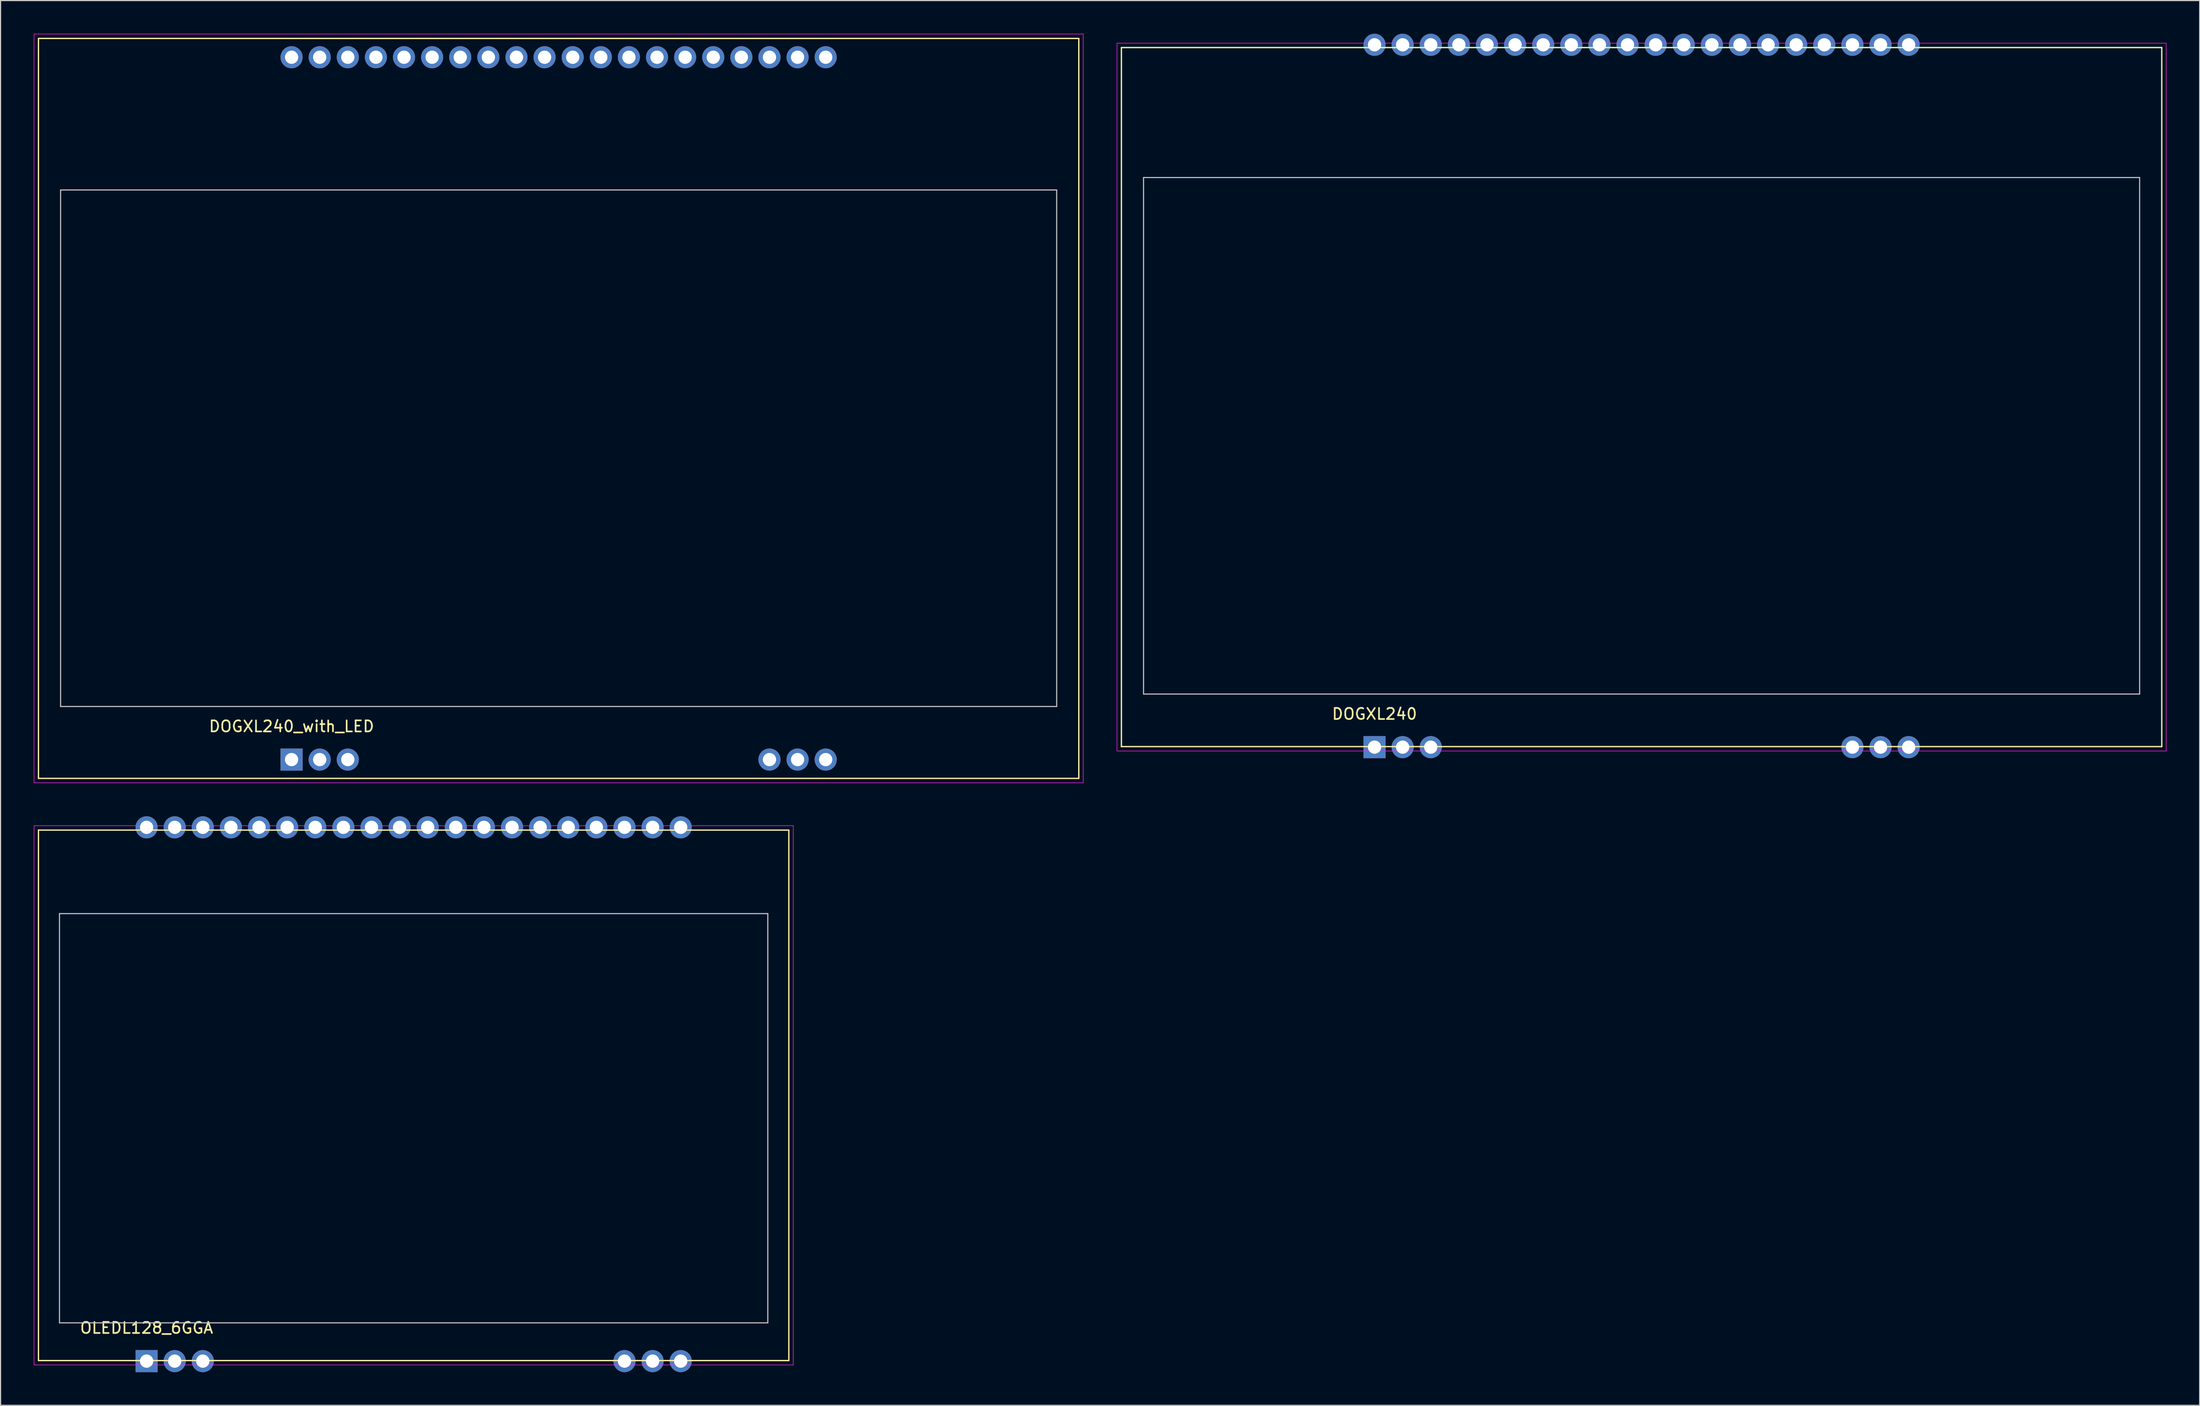
<source format=kicad_pcb>
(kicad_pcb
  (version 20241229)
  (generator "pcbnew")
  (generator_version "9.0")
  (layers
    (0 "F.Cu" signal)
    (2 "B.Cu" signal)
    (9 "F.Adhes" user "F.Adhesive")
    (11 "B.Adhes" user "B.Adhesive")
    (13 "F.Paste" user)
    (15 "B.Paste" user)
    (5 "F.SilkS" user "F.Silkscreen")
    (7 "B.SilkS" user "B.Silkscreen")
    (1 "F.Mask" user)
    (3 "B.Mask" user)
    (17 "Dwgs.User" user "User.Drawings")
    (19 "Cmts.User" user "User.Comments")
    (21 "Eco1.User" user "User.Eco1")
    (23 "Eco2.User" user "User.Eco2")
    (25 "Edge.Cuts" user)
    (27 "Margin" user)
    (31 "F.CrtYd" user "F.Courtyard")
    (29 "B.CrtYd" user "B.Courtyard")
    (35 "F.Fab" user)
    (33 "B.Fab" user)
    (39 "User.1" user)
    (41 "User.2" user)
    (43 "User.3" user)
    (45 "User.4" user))
  (footprint "DOGXL240_with_LED"
    (layer "F.Cu")
    (at 23.295 65.625)
    (property "Reference" "DOGXL240_with_LED" (at 0 -3 0) (layer "F.SilkS") (effects (font (size 1 1) (thickness 0.15))))
    (attr through_hole)
    (fp_line (start -22.87 -65.2) (end -22.87 1.7) (stroke (width 0.12) (type solid)) (layer "F.SilkS"))
    (fp_line (start -22.87 1.7) (end 71.13 1.7) (stroke (width 0.12) (type solid)) (layer "F.SilkS"))
    (fp_line (start 71.13 -65.2) (end -22.87 -65.2) (stroke (width 0.12) (type solid)) (layer "F.SilkS"))
    (fp_line (start 71.13 1.7) (end 71.13 -65.2) (stroke (width 0.12) (type solid)) (layer "F.SilkS"))
    (fp_line (start -20.87 -51.5) (end -20.87 -4.8) (stroke (width 0.1) (type solid)) (layer "Dwgs.User"))
    (fp_line (start -20.87 -4.8) (end 69.13 -4.8) (stroke (width 0.1) (type solid)) (layer "Dwgs.User"))
    (fp_line (start 69.13 -51.5) (end -20.87 -51.5) (stroke (width 0.1) (type solid)) (layer "Dwgs.User"))
    (fp_line (start 69.13 -4.8) (end 69.13 -51.5) (stroke (width 0.1) (type solid)) (layer "Dwgs.User"))
    (fp_line (start -23.27 -65.6) (end -23.27 2.1) (stroke (width 0.05) (type solid)) (layer "F.CrtYd"))
    (fp_line (start -23.27 2.1) (end 71.53 2.1) (stroke (width 0.05) (type solid)) (layer "F.CrtYd"))
    (fp_line (start 71.53 -65.6) (end -23.27 -65.6) (stroke (width 0.05) (type solid)) (layer "F.CrtYd"))
    (fp_line (start 71.53 2.1) (end 71.53 -65.6) (stroke (width 0.05) (type solid)) (layer "F.CrtYd"))
    (pad "1" thru_hole rect (at 0 0) (size 2 2) (drill 1.2) (layers "*.Cu" "*.Mask"))
    (pad "2" thru_hole circle (at 2.54 0) (size 2 2) (drill 1.2) (layers "*.Cu" "*.Mask"))
    (pad "3" thru_hole circle (at 5.08 0) (size 2 2) (drill 1.2) (layers "*.Cu" "*.Mask"))
    (pad "18" thru_hole circle (at 43.18 0) (size 2 2) (drill 1.2) (layers "*.Cu" "*.Mask"))
    (pad "19" thru_hole circle (at 45.72 0) (size 2 2) (drill 1.2) (layers "*.Cu" "*.Mask"))
    (pad "20" thru_hole circle (at 48.26 0) (size 2 2) (drill 1.2) (layers "*.Cu" "*.Mask"))
    (pad "21" thru_hole circle (at 48.26 -63.5) (size 2 2) (drill 1.2) (layers "*.Cu" "*.Mask"))
    (pad "22" thru_hole circle (at 45.72 -63.5) (size 2 2) (drill 1.2) (layers "*.Cu" "*.Mask"))
    (pad "23" thru_hole circle (at 43.18 -63.5) (size 2 2) (drill 1.2) (layers "*.Cu" "*.Mask"))
    (pad "24" thru_hole circle (at 40.64 -63.5) (size 2 2) (drill 1.2) (layers "*.Cu" "*.Mask"))
    (pad "25" thru_hole circle (at 38.1 -63.5) (size 2 2) (drill 1.2) (layers "*.Cu" "*.Mask"))
    (pad "26" thru_hole circle (at 35.56 -63.5) (size 2 2) (drill 1.2) (layers "*.Cu" "*.Mask"))
    (pad "27" thru_hole circle (at 33.02 -63.5) (size 2 2) (drill 1.2) (layers "*.Cu" "*.Mask"))
    (pad "28" thru_hole circle (at 30.48 -63.5) (size 2 2) (drill 1.2) (layers "*.Cu" "*.Mask"))
    (pad "29" thru_hole circle (at 27.94 -63.5) (size 2 2) (drill 1.2) (layers "*.Cu" "*.Mask"))
    (pad "30" thru_hole circle (at 25.4 -63.5) (size 2 2) (drill 1.2) (layers "*.Cu" "*.Mask"))
    (pad "31" thru_hole circle (at 22.86 -63.5) (size 2 2) (drill 1.2) (layers "*.Cu" "*.Mask"))
    (pad "32" thru_hole circle (at 20.32 -63.5) (size 2 2) (drill 1.2) (layers "*.Cu" "*.Mask"))
    (pad "33" thru_hole circle (at 17.78 -63.5) (size 2 2) (drill 1.2) (layers "*.Cu" "*.Mask"))
    (pad "34" thru_hole circle (at 15.24 -63.5) (size 2 2) (drill 1.2) (layers "*.Cu" "*.Mask"))
    (pad "35" thru_hole circle (at 12.7 -63.5) (size 2 2) (drill 1.2) (layers "*.Cu" "*.Mask"))
    (pad "36" thru_hole circle (at 10.16 -63.5) (size 2 2) (drill 1.2) (layers "*.Cu" "*.Mask"))
    (pad "37" thru_hole circle (at 7.62 -63.5) (size 2 2) (drill 1.2) (layers "*.Cu" "*.Mask"))
    (pad "38" thru_hole circle (at 5.08 -63.5) (size 2 2) (drill 1.2) (layers "*.Cu" "*.Mask"))
    (pad "39" thru_hole circle (at 2.54 -63.5) (size 2 2) (drill 1.2) (layers "*.Cu" "*.Mask"))
    (pad "40" thru_hole circle (at 0 -63.5) (size 2 2) (drill 1.2) (layers "*.Cu" "*.Mask")))
  (footprint "OLEDL128_6GGA"
    (layer "F.Cu")
    (at 10.195 120.01)
    (property "Reference" "OLEDL128_6GGA" (at 0 -3 0) (layer "F.SilkS") (effects (font (size 1 1) (thickness 0.15))))
    (attr through_hole)
    (fp_line (start -9.77 -48.01) (end -9.77 -0.05) (stroke (width 0.12) (type solid)) (layer "F.SilkS"))
    (fp_line (start -9.77 -0.05) (end 58.03 -0.05) (stroke (width 0.12) (type solid)) (layer "F.SilkS"))
    (fp_line (start 58.03 -48.01) (end -9.77 -48.01) (stroke (width 0.12) (type solid)) (layer "F.SilkS"))
    (fp_line (start 58.03 -0.05) (end 58.03 -48.01) (stroke (width 0.12) (type solid)) (layer "F.SilkS"))
    (fp_line (start -7.87 -40.46) (end -7.87 -3.46) (stroke (width 0.1) (type solid)) (layer "Dwgs.User"))
    (fp_line (start -7.87 -3.46) (end 56.13 -3.46) (stroke (width 0.1) (type solid)) (layer "Dwgs.User"))
    (fp_line (start 56.13 -40.46) (end -7.87 -40.46) (stroke (width 0.1) (type solid)) (layer "Dwgs.User"))
    (fp_line (start 56.13 -3.46) (end 56.13 -40.46) (stroke (width 0.1) (type solid)) (layer "Dwgs.User"))
    (fp_line (start -10.17 -48.41) (end -10.17 0.35) (stroke (width 0.05) (type solid)) (layer "F.CrtYd"))
    (fp_line (start -10.17 0.35) (end 58.43 0.35) (stroke (width 0.05) (type solid)) (layer "F.CrtYd"))
    (fp_line (start 58.43 -48.41) (end -10.17 -48.41) (stroke (width 0.05) (type solid)) (layer "F.CrtYd"))
    (fp_line (start 58.43 0.35) (end 58.43 -48.41) (stroke (width 0.05) (type solid)) (layer "F.CrtYd"))
    (pad "1" thru_hole rect (at 0 0) (size 2 2) (drill 1.2) (layers "*.Cu" "*.Mask"))
    (pad "2" thru_hole circle (at 2.54 0) (size 2 2) (drill 1.2) (layers "*.Cu" "*.Mask"))
    (pad "3" thru_hole circle (at 5.08 0) (size 2 2) (drill 1.2) (layers "*.Cu" "*.Mask"))
    (pad "18" thru_hole circle (at 43.18 0) (size 2 2) (drill 1.2) (layers "*.Cu" "*.Mask"))
    (pad "19" thru_hole circle (at 45.72 0) (size 2 2) (drill 1.2) (layers "*.Cu" "*.Mask"))
    (pad "20" thru_hole circle (at 48.26 0) (size 2 2) (drill 1.2) (layers "*.Cu" "*.Mask"))
    (pad "21" thru_hole circle (at 48.26 -48.26) (size 2 2) (drill 1.2) (layers "*.Cu" "*.Mask"))
    (pad "22" thru_hole circle (at 45.72 -48.26) (size 2 2) (drill 1.2) (layers "*.Cu" "*.Mask"))
    (pad "23" thru_hole circle (at 43.18 -48.26) (size 2 2) (drill 1.2) (layers "*.Cu" "*.Mask"))
    (pad "24" thru_hole circle (at 40.64 -48.26) (size 2 2) (drill 1.2) (layers "*.Cu" "*.Mask"))
    (pad "25" thru_hole circle (at 38.1 -48.26) (size 2 2) (drill 1.2) (layers "*.Cu" "*.Mask"))
    (pad "26" thru_hole circle (at 35.56 -48.26) (size 2 2) (drill 1.2) (layers "*.Cu" "*.Mask"))
    (pad "27" thru_hole circle (at 33.02 -48.26) (size 2 2) (drill 1.2) (layers "*.Cu" "*.Mask"))
    (pad "28" thru_hole circle (at 30.48 -48.26) (size 2 2) (drill 1.2) (layers "*.Cu" "*.Mask"))
    (pad "29" thru_hole circle (at 27.94 -48.26) (size 2 2) (drill 1.2) (layers "*.Cu" "*.Mask"))
    (pad "30" thru_hole circle (at 25.4 -48.26) (size 2 2) (drill 1.2) (layers "*.Cu" "*.Mask"))
    (pad "31" thru_hole circle (at 22.86 -48.26) (size 2 2) (drill 1.2) (layers "*.Cu" "*.Mask"))
    (pad "32" thru_hole circle (at 20.32 -48.26) (size 2 2) (drill 1.2) (layers "*.Cu" "*.Mask"))
    (pad "33" thru_hole circle (at 17.78 -48.26) (size 2 2) (drill 1.2) (layers "*.Cu" "*.Mask"))
    (pad "34" thru_hole circle (at 15.24 -48.26) (size 2 2) (drill 1.2) (layers "*.Cu" "*.Mask"))
    (pad "35" thru_hole circle (at 12.7 -48.26) (size 2 2) (drill 1.2) (layers "*.Cu" "*.Mask"))
    (pad "36" thru_hole circle (at 10.16 -48.26) (size 2 2) (drill 1.2) (layers "*.Cu" "*.Mask"))
    (pad "37" thru_hole circle (at 7.62 -48.26) (size 2 2) (drill 1.2) (layers "*.Cu" "*.Mask"))
    (pad "38" thru_hole circle (at 5.08 -48.26) (size 2 2) (drill 1.2) (layers "*.Cu" "*.Mask"))
    (pad "39" thru_hole circle (at 2.54 -48.26) (size 2 2) (drill 1.2) (layers "*.Cu" "*.Mask"))
    (pad "40" thru_hole circle (at 0 -48.26) (size 2 2) (drill 1.2) (layers "*.Cu" "*.Mask")))
  (footprint "DOGXL240"
    (layer "F.Cu")
    (at 121.145 64.5)
    (property "Reference" "DOGXL240" (at 0 -3 0) (layer "F.SilkS") (effects (font (size 1 1) (thickness 0.15))))
    (attr through_hole)
    (fp_line (start -22.87 -63.25) (end -22.87 -0.05) (stroke (width 0.12) (type solid)) (layer "F.SilkS"))
    (fp_line (start -22.87 -0.05) (end 71.13 -0.05) (stroke (width 0.12) (type solid)) (layer "F.SilkS"))
    (fp_line (start 71.13 -63.25) (end -22.87 -63.25) (stroke (width 0.12) (type solid)) (layer "F.SilkS"))
    (fp_line (start 71.13 -0.05) (end 71.13 -63.25) (stroke (width 0.12) (type solid)) (layer "F.SilkS"))
    (fp_line (start -20.87 -51.5) (end -20.87 -4.8) (stroke (width 0.1) (type solid)) (layer "Dwgs.User"))
    (fp_line (start -20.87 -4.8) (end 69.13 -4.8) (stroke (width 0.1) (type solid)) (layer "Dwgs.User"))
    (fp_line (start 69.13 -51.5) (end -20.87 -51.5) (stroke (width 0.1) (type solid)) (layer "Dwgs.User"))
    (fp_line (start 69.13 -4.8) (end 69.13 -51.5) (stroke (width 0.1) (type solid)) (layer "Dwgs.User"))
    (fp_line (start -23.27 -63.65) (end -23.27 0.35) (stroke (width 0.05) (type solid)) (layer "F.CrtYd"))
    (fp_line (start -23.27 0.35) (end 71.53 0.35) (stroke (width 0.05) (type solid)) (layer "F.CrtYd"))
    (fp_line (start 71.53 -63.65) (end -23.27 -63.65) (stroke (width 0.05) (type solid)) (layer "F.CrtYd"))
    (fp_line (start 71.53 0.35) (end 71.53 -63.65) (stroke (width 0.05) (type solid)) (layer "F.CrtYd"))
    (pad "1" thru_hole rect (at 0 0) (size 2 2) (drill 1.2) (layers "*.Cu" "*.Mask"))
    (pad "2" thru_hole circle (at 2.54 0) (size 2 2) (drill 1.2) (layers "*.Cu" "*.Mask"))
    (pad "3" thru_hole circle (at 5.08 0) (size 2 2) (drill 1.2) (layers "*.Cu" "*.Mask"))
    (pad "18" thru_hole circle (at 43.18 0) (size 2 2) (drill 1.2) (layers "*.Cu" "*.Mask"))
    (pad "19" thru_hole circle (at 45.72 0) (size 2 2) (drill 1.2) (layers "*.Cu" "*.Mask"))
    (pad "20" thru_hole circle (at 48.26 0) (size 2 2) (drill 1.2) (layers "*.Cu" "*.Mask"))
    (pad "21" thru_hole circle (at 48.26 -63.5) (size 2 2) (drill 1.2) (layers "*.Cu" "*.Mask"))
    (pad "22" thru_hole circle (at 45.72 -63.5) (size 2 2) (drill 1.2) (layers "*.Cu" "*.Mask"))
    (pad "23" thru_hole circle (at 43.18 -63.5) (size 2 2) (drill 1.2) (layers "*.Cu" "*.Mask"))
    (pad "24" thru_hole circle (at 40.64 -63.5) (size 2 2) (drill 1.2) (layers "*.Cu" "*.Mask"))
    (pad "25" thru_hole circle (at 38.1 -63.5) (size 2 2) (drill 1.2) (layers "*.Cu" "*.Mask"))
    (pad "26" thru_hole circle (at 35.56 -63.5) (size 2 2) (drill 1.2) (layers "*.Cu" "*.Mask"))
    (pad "27" thru_hole circle (at 33.02 -63.5) (size 2 2) (drill 1.2) (layers "*.Cu" "*.Mask"))
    (pad "28" thru_hole circle (at 30.48 -63.5) (size 2 2) (drill 1.2) (layers "*.Cu" "*.Mask"))
    (pad "29" thru_hole circle (at 27.94 -63.5) (size 2 2) (drill 1.2) (layers "*.Cu" "*.Mask"))
    (pad "30" thru_hole circle (at 25.4 -63.5) (size 2 2) (drill 1.2) (layers "*.Cu" "*.Mask"))
    (pad "31" thru_hole circle (at 22.86 -63.5) (size 2 2) (drill 1.2) (layers "*.Cu" "*.Mask"))
    (pad "32" thru_hole circle (at 20.32 -63.5) (size 2 2) (drill 1.2) (layers "*.Cu" "*.Mask"))
    (pad "33" thru_hole circle (at 17.78 -63.5) (size 2 2) (drill 1.2) (layers "*.Cu" "*.Mask"))
    (pad "34" thru_hole circle (at 15.24 -63.5) (size 2 2) (drill 1.2) (layers "*.Cu" "*.Mask"))
    (pad "35" thru_hole circle (at 12.7 -63.5) (size 2 2) (drill 1.2) (layers "*.Cu" "*.Mask"))
    (pad "36" thru_hole circle (at 10.16 -63.5) (size 2 2) (drill 1.2) (layers "*.Cu" "*.Mask"))
    (pad "37" thru_hole circle (at 7.62 -63.5) (size 2 2) (drill 1.2) (layers "*.Cu" "*.Mask"))
    (pad "38" thru_hole circle (at 5.08 -63.5) (size 2 2) (drill 1.2) (layers "*.Cu" "*.Mask"))
    (pad "39" thru_hole circle (at 2.54 -63.5) (size 2 2) (drill 1.2) (layers "*.Cu" "*.Mask"))
    (pad "40" thru_hole circle (at 0 -63.5) (size 2 2) (drill 1.2) (layers "*.Cu" "*.Mask")))
  (gr_rect
    (start -3 -3)
    (end 195.7 124.01)
    (stroke (width 0.1) (type default))
    (fill no)
    (layer "Edge.Cuts")))
</source>
